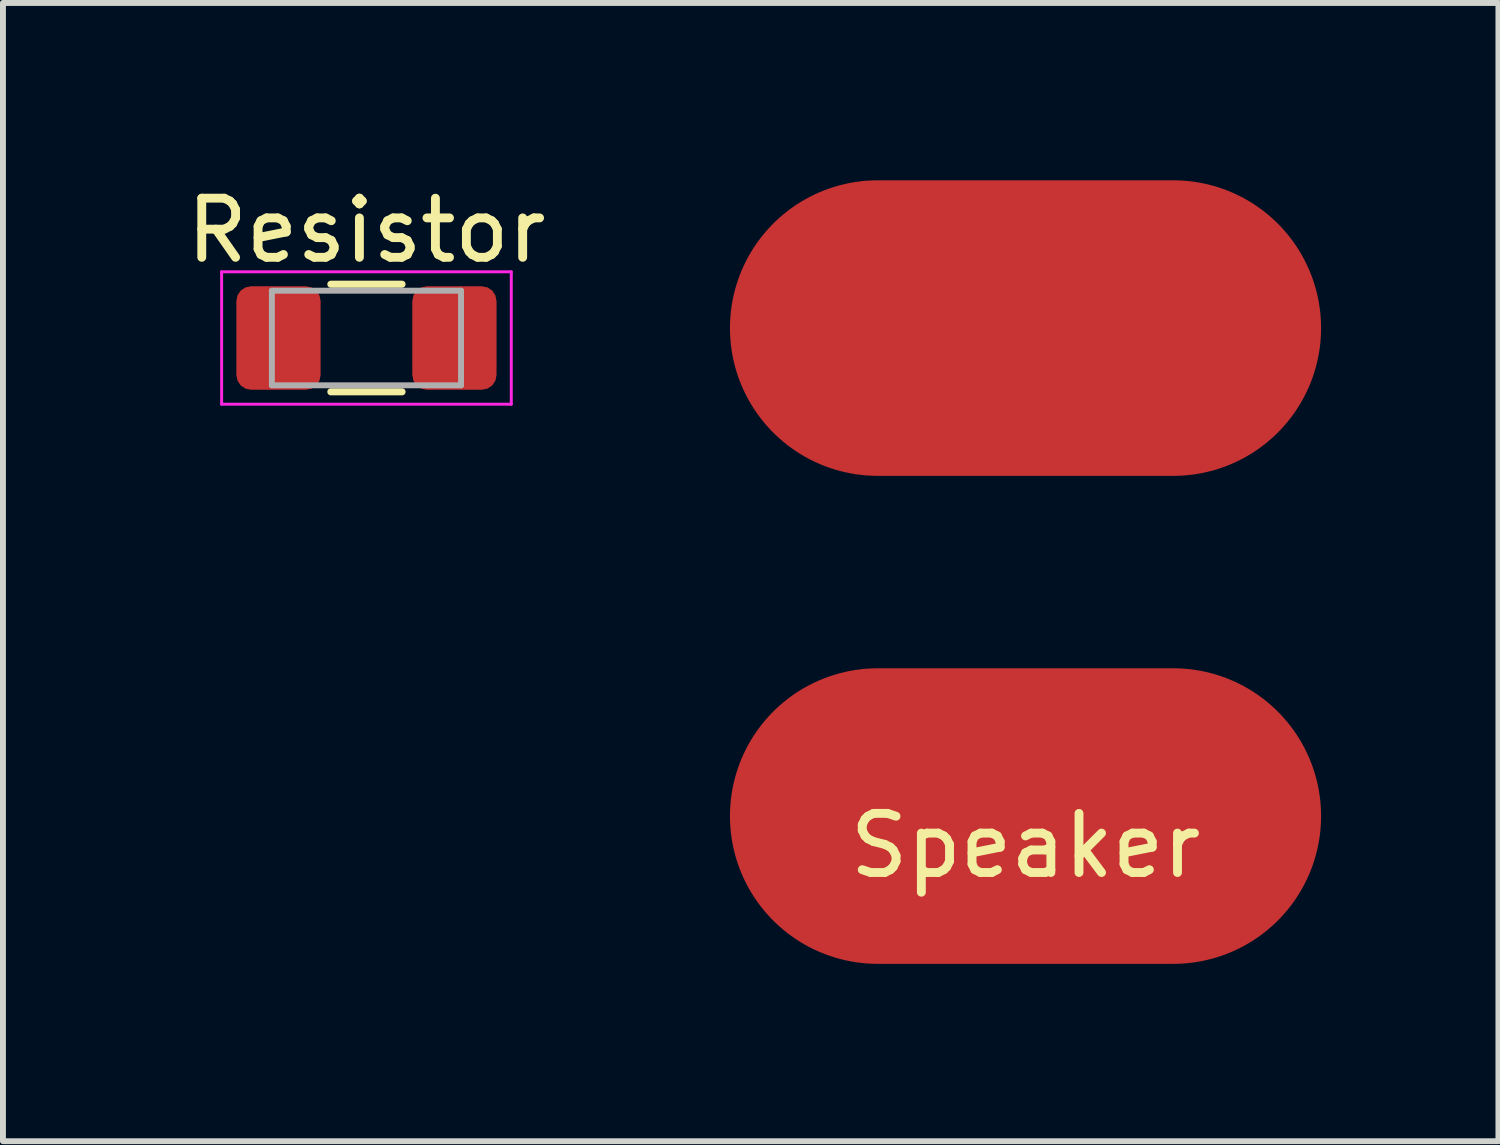
<source format=kicad_pcb>
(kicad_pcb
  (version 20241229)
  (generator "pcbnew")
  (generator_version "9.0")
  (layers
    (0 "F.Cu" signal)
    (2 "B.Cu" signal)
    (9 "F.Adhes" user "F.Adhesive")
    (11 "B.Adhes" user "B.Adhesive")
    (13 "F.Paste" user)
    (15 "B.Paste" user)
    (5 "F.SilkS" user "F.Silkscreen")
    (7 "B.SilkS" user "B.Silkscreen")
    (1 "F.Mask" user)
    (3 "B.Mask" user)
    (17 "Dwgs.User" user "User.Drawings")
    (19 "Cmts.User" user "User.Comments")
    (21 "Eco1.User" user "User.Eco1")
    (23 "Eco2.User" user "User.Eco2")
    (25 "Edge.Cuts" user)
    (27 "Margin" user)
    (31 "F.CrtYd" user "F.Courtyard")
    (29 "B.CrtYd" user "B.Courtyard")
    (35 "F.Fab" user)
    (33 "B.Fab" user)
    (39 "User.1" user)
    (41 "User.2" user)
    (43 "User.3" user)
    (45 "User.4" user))
  (footprint "Speaker"
    (layer "F.Cu")
    (at 14.298 10.755)
    (property "Reference" "Speaker" (at 0 0.5 0) (layer "F.SilkS") (effects (font (size 1 1) (thickness 0.15))))
    (attr through_hole)
    (pad "" smd oval (at 0 -8.255) (size 10 5) (layers "F.Cu" "F.Mask" "F.Paste"))
    (pad "" smd oval (at 0 0) (size 10 5) (layers "F.Cu" "F.Mask" "F.Paste")))
  (footprint "Resistor"
    (layer "F.Cu")
    (at 3.149 2.668)
    (property "Reference" "Resistor" (at 0 -1.82 0) (layer "F.SilkS") (effects (font (size 1 1) (thickness 0.15))))
    (attr smd)
    (fp_line (start -0.602 -0.91) (end 0.602 -0.91) (stroke (width 0.12) (type solid)) (layer "F.SilkS"))
    (fp_line (start -0.602 0.91) (end 0.602 0.91) (stroke (width 0.12) (type solid)) (layer "F.SilkS"))
    (fp_line (start -2.45 -1.12) (end 2.45 -1.12) (stroke (width 0.05) (type solid)) (layer "F.CrtYd"))
    (fp_line (start -2.45 1.12) (end -2.45 -1.12) (stroke (width 0.05) (type solid)) (layer "F.CrtYd"))
    (fp_line (start 2.45 -1.12) (end 2.45 1.12) (stroke (width 0.05) (type solid)) (layer "F.CrtYd"))
    (fp_line (start 2.45 1.12) (end -2.45 1.12) (stroke (width 0.05) (type solid)) (layer "F.CrtYd"))
    (fp_line (start -1.6 -0.8) (end 1.6 -0.8) (stroke (width 0.1) (type solid)) (layer "F.Fab"))
    (fp_line (start -1.6 0.8) (end -1.6 -0.8) (stroke (width 0.1) (type solid)) (layer "F.Fab"))
    (fp_line (start 1.6 -0.8) (end 1.6 0.8) (stroke (width 0.1) (type solid)) (layer "F.Fab"))
    (fp_line (start 1.6 0.8) (end -1.6 0.8) (stroke (width 0.1) (type solid)) (layer "F.Fab"))
    (pad "1" smd roundrect (at -1.488 0) (size 1.425 1.75) (layers "F.Cu" "F.Mask" "F.Paste") (roundrect_rratio 0.175))
    (pad "2" smd roundrect (at 1.488 0) (size 1.425 1.75) (layers "F.Cu" "F.Mask" "F.Paste") (roundrect_rratio 0.175)))
  (gr_rect
    (start -3 -3)
    (end 22.298 16.255)
    (stroke (width 0.1) (type default))
    (fill no)
    (layer "Edge.Cuts")))
</source>
